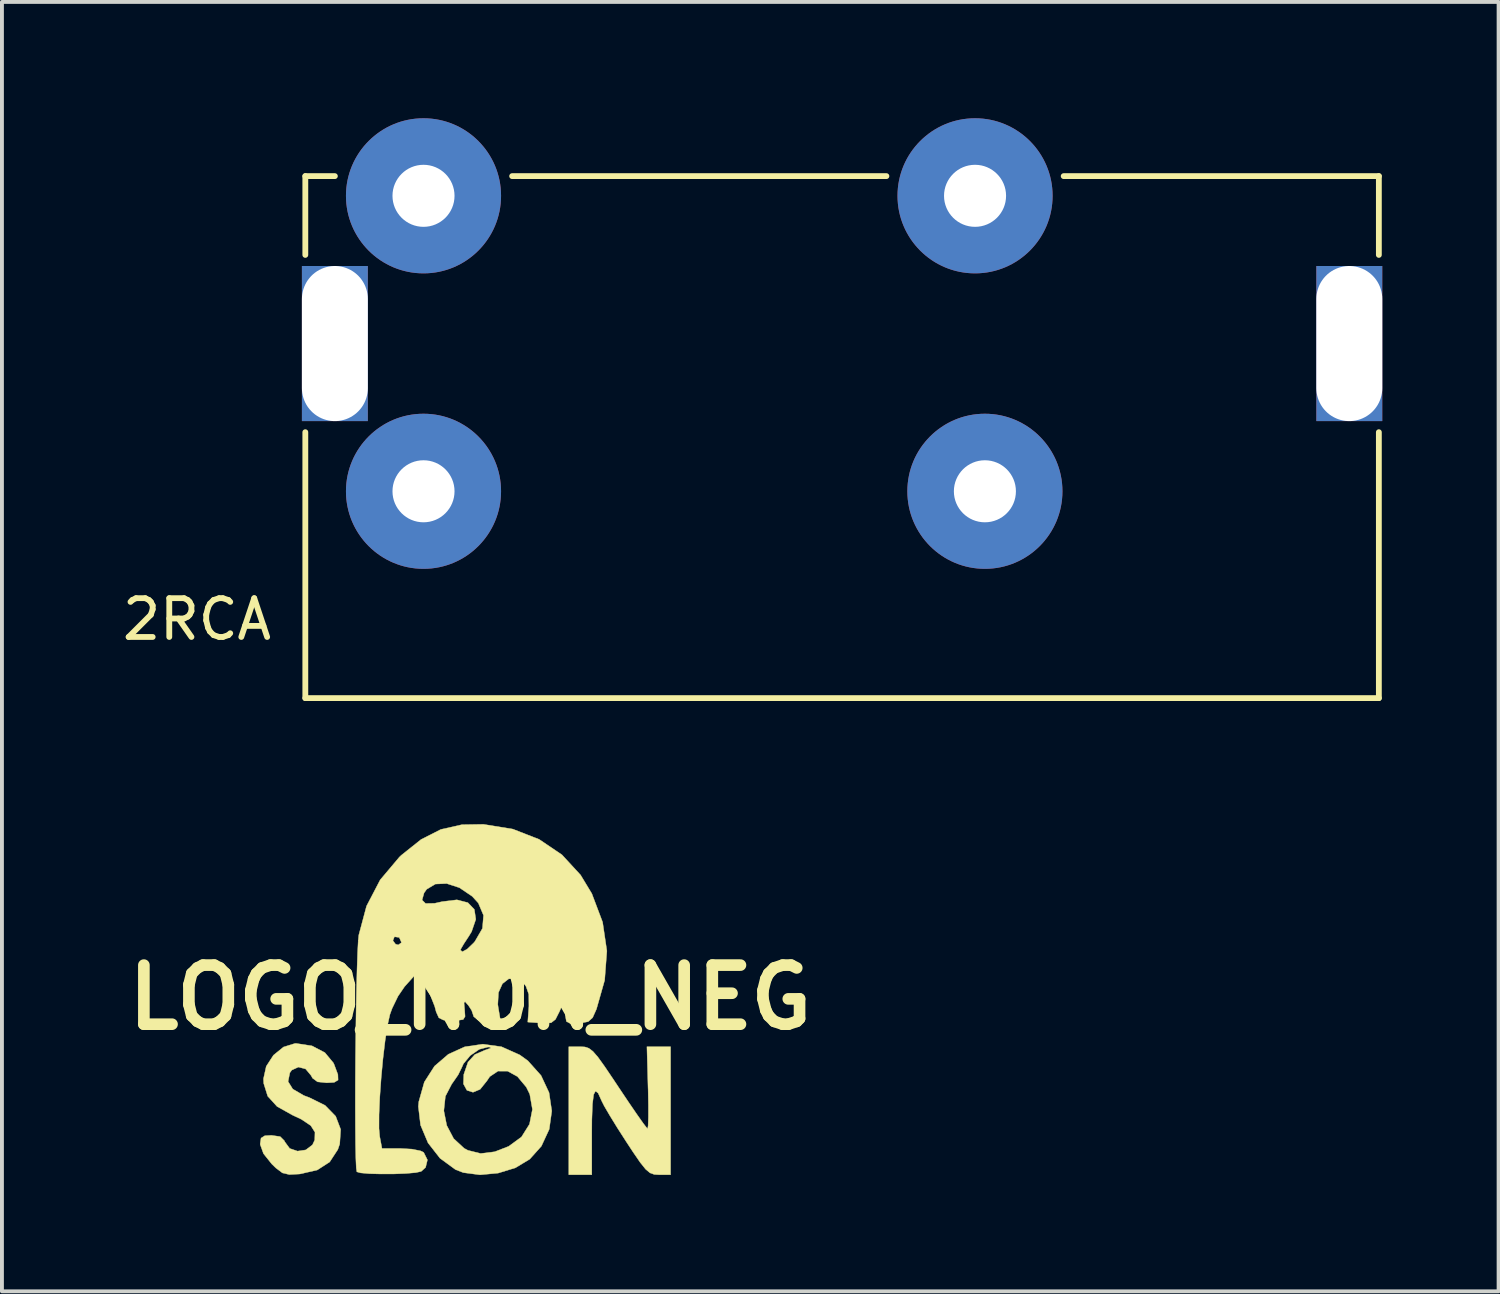
<source format=kicad_pcb>
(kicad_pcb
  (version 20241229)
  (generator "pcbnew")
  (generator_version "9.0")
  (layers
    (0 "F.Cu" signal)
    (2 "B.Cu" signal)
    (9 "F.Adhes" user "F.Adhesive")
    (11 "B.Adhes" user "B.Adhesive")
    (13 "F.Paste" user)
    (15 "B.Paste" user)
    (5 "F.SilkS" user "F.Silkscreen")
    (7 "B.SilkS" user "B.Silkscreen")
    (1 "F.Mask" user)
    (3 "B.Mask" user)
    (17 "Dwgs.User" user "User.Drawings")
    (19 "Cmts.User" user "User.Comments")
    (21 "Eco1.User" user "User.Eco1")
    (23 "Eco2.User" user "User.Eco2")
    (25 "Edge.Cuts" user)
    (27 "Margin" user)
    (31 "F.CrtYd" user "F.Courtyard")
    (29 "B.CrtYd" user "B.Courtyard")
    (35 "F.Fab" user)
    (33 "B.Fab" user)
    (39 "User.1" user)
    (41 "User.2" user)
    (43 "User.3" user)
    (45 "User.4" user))
  (footprint "2RCA"
    (layer "F.Cu")
    (at 4.824 14.954)
    (property "Reference" "2RCA" (at -2.794 -2.032 0) (layer "F.SilkS") (effects (font (size 1 1) (thickness 0.15))))
    (attr through_hole)
    (fp_line (start 0 -13.462) (end 0.762 -13.462) (stroke (width 0.15) (type solid)) (layer "F.SilkS"))
    (fp_line (start 0 -11.43) (end 0 -13.462) (stroke (width 0.15) (type solid)) (layer "F.SilkS"))
    (fp_line (start 0 0) (end 0 -6.858) (stroke (width 0.15) (type solid)) (layer "F.SilkS"))
    (fp_line (start 0 0) (end 27.686 0) (stroke (width 0.15) (type solid)) (layer "F.SilkS"))
    (fp_line (start 5.334 -13.462) (end 14.986 -13.462) (stroke (width 0.15) (type solid)) (layer "F.SilkS"))
    (fp_line (start 27.686 -13.462) (end 19.558 -13.462) (stroke (width 0.15) (type solid)) (layer "F.SilkS"))
    (fp_line (start 27.686 -13.462) (end 27.686 -11.43) (stroke (width 0.15) (type solid)) (layer "F.SilkS"))
    (fp_line (start 27.686 0) (end 27.686 -6.858) (stroke (width 0.15) (type solid)) (layer "F.SilkS"))
    (pad "" np_thru_hole rect (at 0.762 -9.144) (size 1.7 4) (drill oval 1.7 4) (layers "*.Cu" "*.Mask"))
    (pad "" np_thru_hole rect (at 26.924 -9.144) (size 1.7 4) (drill oval 1.7 4) (layers "*.Cu" "*.Mask"))
    (pad "1" thru_hole circle (at 17.272 -12.954) (size 4 4) (drill 1.6) (layers "*.Cu" "*.Mask"))
    (pad "2" thru_hole circle (at 3.048 -12.954) (size 4 4) (drill 1.6) (layers "*.Cu" "*.Mask"))
    (pad "3" thru_hole circle (at 3.048 -5.334) (size 4 4) (drill 1.6) (layers "*.Cu" "*.Mask"))
    (pad "3" thru_hole circle (at 17.526 -5.334) (size 4 4) (drill 1.6) (layers "*.Cu" "*.Mask")))
  (footprint "LOGO_NON_NEG"
    (layer "F.Cu")
    (at 9.079 22.674)
    (property "Reference" "LOGO_NON_NEG" (at 0 0 0) (layer "F.SilkS") (effects (font (size 1.524 1.524) (thickness 0.3))))
    (attr through_hole)
    (fp_poly (pts (xy 2.954 1.276) (xy 3.057 1.31) (xy 3.163 1.391) (xy 3.293 1.541) (xy 3.466 1.782) (xy 3.704 2.135) (xy 3.831 2.326) (xy 4.078 2.695) (xy 4.292 3.008) (xy 4.456 3.241) (xy 4.554 3.368) (xy 4.572 3.385) (xy 4.586 3.306) (xy 4.593 3.09) (xy 4.593 2.769) (xy 4.586 2.375) (xy 4.584 2.328) (xy 4.555 1.27) (xy 5.165 1.27) (xy 5.165 4.572) (xy 4.872 4.572) (xy 4.743 4.564) (xy 4.634 4.524) (xy 4.521 4.429) (xy 4.381 4.254) (xy 4.19 3.976) (xy 4.019 3.715) (xy 3.793 3.363) (xy 3.598 3.046) (xy 3.454 2.8) (xy 3.386 2.665) (xy 3.297 2.468) (xy 3.229 2.413) (xy 3.181 2.504) (xy 3.15 2.748) (xy 3.135 3.151) (xy 3.133 3.466) (xy 3.133 4.572) (xy 2.54 4.572) (xy 2.54 1.27) (xy 2.836 1.27) (xy 2.954 1.276)) (stroke (width 0.01) (type solid)) (fill yes) (layer "F.SilkS"))
    (fp_poly (pts (xy -4.084 1.248) (xy -3.751 1.422) (xy -3.53 1.688) (xy -3.511 1.73) (xy -3.415 1.988) (xy -3.41 2.13) (xy -3.511 2.19) (xy -3.705 2.201) (xy -3.94 2.176) (xy -4.07 2.08) (xy -4.107 2.011) (xy -4.248 1.843) (xy -4.433 1.795) (xy -4.603 1.872) (xy -4.654 1.942) (xy -4.7 2.167) (xy -4.579 2.362) (xy -4.293 2.529) (xy -4.151 2.582) (xy -3.745 2.783) (xy -3.472 3.063) (xy -3.343 3.402) (xy -3.368 3.78) (xy -3.417 3.922) (xy -3.627 4.243) (xy -3.948 4.45) (xy -4.393 4.552) (xy -4.405 4.553) (xy -4.668 4.567) (xy -4.845 4.525) (xy -5.014 4.398) (xy -5.12 4.295) (xy -5.334 4.027) (xy -5.418 3.792) (xy -5.419 3.776) (xy -5.397 3.627) (xy -5.3 3.566) (xy -5.128 3.556) (xy -4.903 3.588) (xy -4.794 3.697) (xy -4.785 3.721) (xy -4.658 3.894) (xy -4.457 3.963) (xy -4.242 3.931) (xy -4.071 3.801) (xy -4.012 3.676) (xy -4.006 3.475) (xy -4.114 3.305) (xy -4.355 3.143) (xy -4.588 3.033) (xy -4.983 2.812) (xy -5.225 2.546) (xy -5.328 2.217) (xy -5.334 2.097) (xy -5.263 1.776) (xy -5.076 1.488) (xy -4.816 1.277) (xy -4.521 1.186) (xy -4.493 1.185) (xy -4.084 1.248)) (stroke (width 0.01) (type solid)) (fill yes) (layer "F.SilkS"))
    (fp_poly (pts (xy 0.805 1.271) (xy 1.276 1.482) (xy 1.484 1.632) (xy 1.824 2.012) (xy 2.031 2.455) (xy 2.101 2.928) (xy 2.035 3.399) (xy 1.833 3.835) (xy 1.533 4.17) (xy 1.164 4.393) (xy 0.717 4.53) (xy 0.25 4.574) (xy -0.181 4.517) (xy -0.381 4.44) (xy -0.781 4.147) (xy -1.09 3.751) (xy -1.283 3.292) (xy -1.327 2.922) (xy -0.683 2.922) (xy -0.608 3.3) (xy -0.43 3.639) (xy -0.159 3.89) (xy -0.062 3.942) (xy 0.266 4.024) (xy 0.629 3.979) (xy 0.99 3.839) (xy 1.319 3.598) (xy 1.527 3.267) (xy 1.602 2.886) (xy 1.533 2.494) (xy 1.444 2.313) (xy 1.215 2.039) (xy 0.962 1.9) (xy 0.714 1.899) (xy 0.502 2.041) (xy 0.425 2.155) (xy 0.253 2.369) (xy 0.07 2.445) (xy -0.087 2.395) (xy -0.177 2.23) (xy -0.168 1.985) (xy -0.059 1.667) (xy 0.117 1.472) (xy 0.37 1.362) (xy 0.522 1.309) (xy 0.513 1.283) (xy 0.456 1.278) (xy 0.231 1.337) (xy -0.002 1.498) (xy -0.178 1.71) (xy -0.218 1.801) (xy -0.313 1.995) (xy -0.464 2.213) (xy -0.477 2.229) (xy -0.643 2.549) (xy -0.683 2.922) (xy -1.327 2.922) (xy -1.34 2.813) (xy -1.329 2.689) (xy -1.186 2.182) (xy -0.923 1.771) (xy -0.566 1.464) (xy -0.142 1.272) (xy 0.324 1.204) (xy 0.805 1.271)) (stroke (width 0.01) (type solid)) (fill yes) (layer "F.SilkS"))
    (fp_poly (pts (xy 1.097 -4.342) (xy 1.776 -4.077) (xy 2.363 -3.68) (xy 2.844 -3.158) (xy 3.134 -2.678) (xy 3.412 -1.942) (xy 3.522 -1.2) (xy 3.465 -0.445) (xy 3.253 0.301) (xy 3.155 0.52) (xy 3.041 0.623) (xy 2.851 0.66) (xy 2.789 0.665) (xy 2.574 0.669) (xy 2.478 0.618) (xy 2.451 0.467) (xy 2.447 0.363) (xy 2.439 0.042) (xy 2.299 0.363) (xy 2.196 0.566) (xy 2.084 0.653) (xy 1.896 0.664) (xy 1.82 0.659) (xy 1.482 0.635) (xy 1.511 0.227) (xy 1.508 -0.082) (xy 1.437 -0.285) (xy 1.392 -0.344) (xy 1.187 -0.486) (xy 0.991 -0.481) (xy 0.828 -0.354) (xy 0.726 -0.126) (xy 0.709 0.179) (xy 0.719 0.251) (xy 0.777 0.593) (xy 0.431 0.593) (xy 0.179 0.567) (xy 0.085 0.491) (xy 0.085 0.482) (xy 0.035 0.334) (xy -0.047 0.207) (xy -0.135 0.108) (xy -0.162 0.136) (xy -0.147 0.311) (xy -0.147 0.318) (xy -0.135 0.491) (xy -0.184 0.57) (xy -0.337 0.592) (xy -0.47 0.593) (xy -0.693 0.583) (xy -0.811 0.525) (xy -0.88 0.373) (xy -0.918 0.229) (xy -1.029 -0.052) (xy -1.189 -0.297) (xy -1.231 -0.342) (xy -1.453 -0.55) (xy -1.696 -0.279) (xy -1.864 -0.033) (xy -2.017 0.283) (xy -2.074 0.441) (xy -2.136 0.719) (xy -2.197 1.113) (xy -2.253 1.582) (xy -2.3 2.084) (xy -2.335 2.578) (xy -2.354 3.023) (xy -2.355 3.378) (xy -2.337 3.583) (xy -2.278 3.895) (xy -1.791 3.895) (xy -1.507 3.911) (xy -1.287 3.955) (xy -1.202 3.996) (xy -1.106 4.189) (xy -1.153 4.383) (xy -1.267 4.486) (xy -1.406 4.517) (xy -1.658 4.539) (xy -1.973 4.551) (xy -2.306 4.552) (xy -2.608 4.544) (xy -2.831 4.524) (xy -2.926 4.497) (xy -2.941 4.399) (xy -2.952 4.156) (xy -2.96 3.79) (xy -2.964 3.325) (xy -2.966 2.784) (xy -2.965 2.191) (xy -2.961 1.57) (xy -2.954 0.943) (xy -2.945 0.333) (xy -2.934 -0.234) (xy -2.921 -0.737) (xy -2.907 -1.152) (xy -2.891 -1.455) (xy -2.89 -1.467) (xy -1.996 -1.467) (xy -1.928 -1.375) (xy -1.858 -1.355) (xy -1.78 -1.411) (xy -1.778 -1.425) (xy -1.833 -1.548) (xy -1.948 -1.565) (xy -1.961 -1.558) (xy -1.996 -1.467) (xy -2.89 -1.467) (xy -2.876 -1.609) (xy -2.676 -2.358) (xy -2.595 -2.513) (xy -1.244 -2.513) (xy -1.154 -2.424) (xy -0.921 -2.428) (xy -0.728 -2.471) (xy -0.346 -2.518) (xy -0.063 -2.445) (xy 0.104 -2.271) (xy 0.142 -2.016) (xy 0.034 -1.699) (xy -0.038 -1.58) (xy -0.168 -1.382) (xy -0.245 -1.249) (xy -0.254 -1.224) (xy -0.206 -1.179) (xy -0.082 -1.246) (xy 0.086 -1.407) (xy 0.119 -1.446) (xy 0.313 -1.781) (xy 0.341 -2.118) (xy 0.206 -2.436) (xy 0.049 -2.608) (xy -0.281 -2.831) (xy -0.609 -2.938) (xy -0.901 -2.925) (xy -1.126 -2.79) (xy -1.193 -2.695) (xy -1.244 -2.513) (xy -2.595 -2.513) (xy -2.324 -3.033) (xy -1.827 -3.623) (xy -1.779 -3.668) (xy -1.269 -4.075) (xy -0.761 -4.333) (xy -0.217 -4.456) (xy 0.339 -4.465) (xy 1.097 -4.342)) (stroke (width 0.01) (type solid)) (fill yes) (layer "F.SilkS")))
  (gr_rect
    (start -3 -3)
    (end 35.598 30.253)
    (stroke (width 0.1) (type default))
    (fill no)
    (layer "Edge.Cuts")))
</source>
